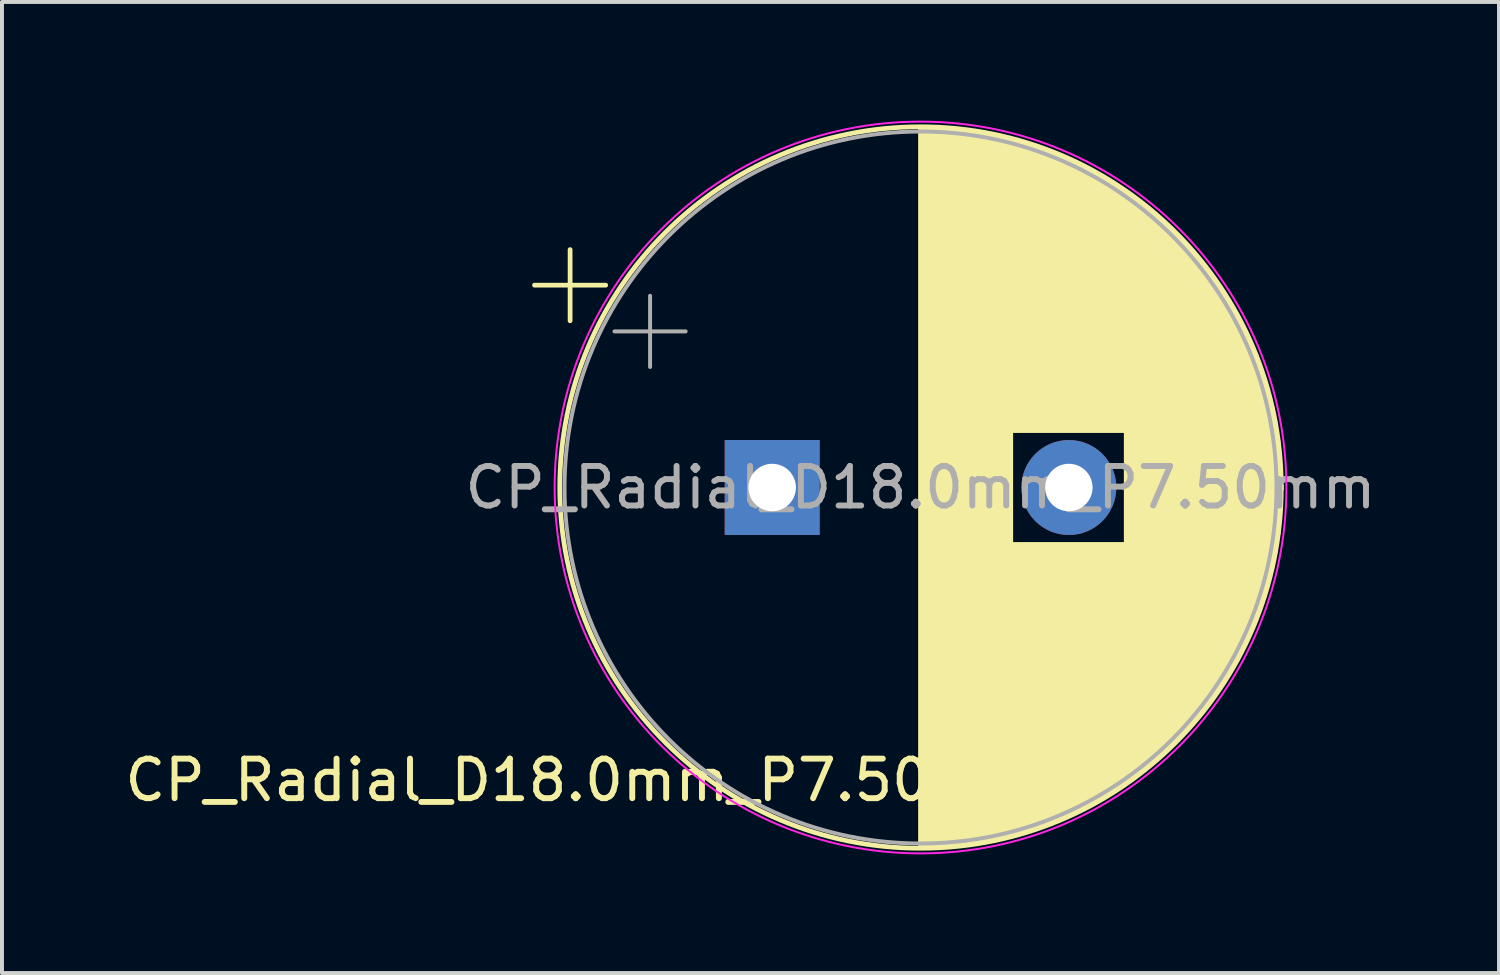
<source format=kicad_pcb>
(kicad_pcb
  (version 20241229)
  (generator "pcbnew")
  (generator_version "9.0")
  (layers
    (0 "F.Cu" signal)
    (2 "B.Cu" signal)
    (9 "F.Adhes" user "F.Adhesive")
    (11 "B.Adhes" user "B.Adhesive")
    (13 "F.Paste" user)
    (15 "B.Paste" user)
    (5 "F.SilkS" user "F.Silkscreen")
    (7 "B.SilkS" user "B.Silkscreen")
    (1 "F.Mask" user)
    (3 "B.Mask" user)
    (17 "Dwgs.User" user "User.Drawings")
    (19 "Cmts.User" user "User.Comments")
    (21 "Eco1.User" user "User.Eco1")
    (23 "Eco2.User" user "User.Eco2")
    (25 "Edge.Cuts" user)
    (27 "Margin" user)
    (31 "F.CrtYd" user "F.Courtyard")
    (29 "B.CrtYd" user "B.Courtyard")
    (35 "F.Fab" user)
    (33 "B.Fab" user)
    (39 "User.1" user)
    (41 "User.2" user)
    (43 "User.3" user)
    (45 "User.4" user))
  (footprint "CP_Radial_D18.0mm_P7.50mm"
    (layer "F.Cu")
    (at 16.472 9.275)
    (property "Reference" "CP_Radial_D18.0mm_P7.50mm" (at -4.847 7.399 180) (layer "F.SilkS") (effects (font (size 1 1) (thickness 0.15))))
    (attr through_hole)
    (fp_line (start -6.009 -5.115) (end -4.209 -5.115) (stroke (width 0.12) (type solid)) (layer "F.SilkS"))
    (fp_line (start -5.109 -6.015) (end -5.109 -4.215) (stroke (width 0.12) (type solid)) (layer "F.SilkS"))
    (fp_line (start 3.75 -9.081) (end 3.75 9.081) (stroke (width 0.12) (type solid)) (layer "F.SilkS"))
    (fp_line (start 3.79 -9.08) (end 3.79 9.08) (stroke (width 0.12) (type solid)) (layer "F.SilkS"))
    (fp_line (start 3.83 -9.08) (end 3.83 9.08) (stroke (width 0.12) (type solid)) (layer "F.SilkS"))
    (fp_line (start 3.87 -9.08) (end 3.87 9.08) (stroke (width 0.12) (type solid)) (layer "F.SilkS"))
    (fp_line (start 3.91 -9.079) (end 3.91 9.079) (stroke (width 0.12) (type solid)) (layer "F.SilkS"))
    (fp_line (start 3.95 -9.078) (end 3.95 9.078) (stroke (width 0.12) (type solid)) (layer "F.SilkS"))
    (fp_line (start 3.99 -9.077) (end 3.99 9.077) (stroke (width 0.12) (type solid)) (layer "F.SilkS"))
    (fp_line (start 4.03 -9.076) (end 4.03 9.076) (stroke (width 0.12) (type solid)) (layer "F.SilkS"))
    (fp_line (start 4.07 -9.075) (end 4.07 9.075) (stroke (width 0.12) (type solid)) (layer "F.SilkS"))
    (fp_line (start 4.11 -9.073) (end 4.11 9.073) (stroke (width 0.12) (type solid)) (layer "F.SilkS"))
    (fp_line (start 4.15 -9.072) (end 4.15 9.072) (stroke (width 0.12) (type solid)) (layer "F.SilkS"))
    (fp_line (start 4.19 -9.07) (end 4.19 9.07) (stroke (width 0.12) (type solid)) (layer "F.SilkS"))
    (fp_line (start 4.23 -9.068) (end 4.23 9.068) (stroke (width 0.12) (type solid)) (layer "F.SilkS"))
    (fp_line (start 4.27 -9.066) (end 4.27 9.066) (stroke (width 0.12) (type solid)) (layer "F.SilkS"))
    (fp_line (start 4.31 -9.063) (end 4.31 9.063) (stroke (width 0.12) (type solid)) (layer "F.SilkS"))
    (fp_line (start 4.35 -9.061) (end 4.35 9.061) (stroke (width 0.12) (type solid)) (layer "F.SilkS"))
    (fp_line (start 4.39 -9.058) (end 4.39 9.058) (stroke (width 0.12) (type solid)) (layer "F.SilkS"))
    (fp_line (start 4.43 -9.055) (end 4.43 9.055) (stroke (width 0.12) (type solid)) (layer "F.SilkS"))
    (fp_line (start 4.471 -9.052) (end 4.471 9.052) (stroke (width 0.12) (type solid)) (layer "F.SilkS"))
    (fp_line (start 4.511 -9.049) (end 4.511 9.049) (stroke (width 0.12) (type solid)) (layer "F.SilkS"))
    (fp_line (start 4.551 -9.045) (end 4.551 9.045) (stroke (width 0.12) (type solid)) (layer "F.SilkS"))
    (fp_line (start 4.591 -9.042) (end 4.591 9.042) (stroke (width 0.12) (type solid)) (layer "F.SilkS"))
    (fp_line (start 4.631 -9.038) (end 4.631 9.038) (stroke (width 0.12) (type solid)) (layer "F.SilkS"))
    (fp_line (start 4.671 -9.034) (end 4.671 9.034) (stroke (width 0.12) (type solid)) (layer "F.SilkS"))
    (fp_line (start 4.711 -9.03) (end 4.711 9.03) (stroke (width 0.12) (type solid)) (layer "F.SilkS"))
    (fp_line (start 4.751 -9.026) (end 4.751 9.026) (stroke (width 0.12) (type solid)) (layer "F.SilkS"))
    (fp_line (start 4.791 -9.021) (end 4.791 9.021) (stroke (width 0.12) (type solid)) (layer "F.SilkS"))
    (fp_line (start 4.831 -9.016) (end 4.831 9.016) (stroke (width 0.12) (type solid)) (layer "F.SilkS"))
    (fp_line (start 4.871 -9.011) (end 4.871 9.011) (stroke (width 0.12) (type solid)) (layer "F.SilkS"))
    (fp_line (start 4.911 -9.006) (end 4.911 9.006) (stroke (width 0.12) (type solid)) (layer "F.SilkS"))
    (fp_line (start 4.951 -9.001) (end 4.951 9.001) (stroke (width 0.12) (type solid)) (layer "F.SilkS"))
    (fp_line (start 4.991 -8.996) (end 4.991 8.996) (stroke (width 0.12) (type solid)) (layer "F.SilkS"))
    (fp_line (start 5.031 -8.99) (end 5.031 8.99) (stroke (width 0.12) (type solid)) (layer "F.SilkS"))
    (fp_line (start 5.071 -8.984) (end 5.071 8.984) (stroke (width 0.12) (type solid)) (layer "F.SilkS"))
    (fp_line (start 5.111 -8.979) (end 5.111 8.979) (stroke (width 0.12) (type solid)) (layer "F.SilkS"))
    (fp_line (start 5.151 -8.972) (end 5.151 8.972) (stroke (width 0.12) (type solid)) (layer "F.SilkS"))
    (fp_line (start 5.191 -8.966) (end 5.191 8.966) (stroke (width 0.12) (type solid)) (layer "F.SilkS"))
    (fp_line (start 5.231 -8.96) (end 5.231 8.96) (stroke (width 0.12) (type solid)) (layer "F.SilkS"))
    (fp_line (start 5.271 -8.953) (end 5.271 8.953) (stroke (width 0.12) (type solid)) (layer "F.SilkS"))
    (fp_line (start 5.311 -8.946) (end 5.311 8.946) (stroke (width 0.12) (type solid)) (layer "F.SilkS"))
    (fp_line (start 5.351 -8.939) (end 5.351 8.939) (stroke (width 0.12) (type solid)) (layer "F.SilkS"))
    (fp_line (start 5.391 -8.932) (end 5.391 8.932) (stroke (width 0.12) (type solid)) (layer "F.SilkS"))
    (fp_line (start 5.431 -8.924) (end 5.431 8.924) (stroke (width 0.12) (type solid)) (layer "F.SilkS"))
    (fp_line (start 5.471 -8.917) (end 5.471 8.917) (stroke (width 0.12) (type solid)) (layer "F.SilkS"))
    (fp_line (start 5.511 -8.909) (end 5.511 8.909) (stroke (width 0.12) (type solid)) (layer "F.SilkS"))
    (fp_line (start 5.551 -8.901) (end 5.551 8.901) (stroke (width 0.12) (type solid)) (layer "F.SilkS"))
    (fp_line (start 5.591 -8.893) (end 5.591 8.893) (stroke (width 0.12) (type solid)) (layer "F.SilkS"))
    (fp_line (start 5.631 -8.885) (end 5.631 8.885) (stroke (width 0.12) (type solid)) (layer "F.SilkS"))
    (fp_line (start 5.671 -8.876) (end 5.671 8.876) (stroke (width 0.12) (type solid)) (layer "F.SilkS"))
    (fp_line (start 5.711 -8.867) (end 5.711 8.867) (stroke (width 0.12) (type solid)) (layer "F.SilkS"))
    (fp_line (start 5.751 -8.858) (end 5.751 8.858) (stroke (width 0.12) (type solid)) (layer "F.SilkS"))
    (fp_line (start 5.791 -8.849) (end 5.791 8.849) (stroke (width 0.12) (type solid)) (layer "F.SilkS"))
    (fp_line (start 5.831 -8.84) (end 5.831 8.84) (stroke (width 0.12) (type solid)) (layer "F.SilkS"))
    (fp_line (start 5.871 -8.831) (end 5.871 8.831) (stroke (width 0.12) (type solid)) (layer "F.SilkS"))
    (fp_line (start 5.911 -8.821) (end 5.911 8.821) (stroke (width 0.12) (type solid)) (layer "F.SilkS"))
    (fp_line (start 5.951 -8.811) (end 5.951 8.811) (stroke (width 0.12) (type solid)) (layer "F.SilkS"))
    (fp_line (start 5.991 -8.801) (end 5.991 8.801) (stroke (width 0.12) (type solid)) (layer "F.SilkS"))
    (fp_line (start 6.031 -8.791) (end 6.031 8.791) (stroke (width 0.12) (type solid)) (layer "F.SilkS"))
    (fp_line (start 6.071 -8.78) (end 6.071 -1.44) (stroke (width 0.12) (type solid)) (layer "F.SilkS"))
    (fp_line (start 6.071 1.44) (end 6.071 8.78) (stroke (width 0.12) (type solid)) (layer "F.SilkS"))
    (fp_line (start 6.111 -8.77) (end 6.111 -1.44) (stroke (width 0.12) (type solid)) (layer "F.SilkS"))
    (fp_line (start 6.111 1.44) (end 6.111 8.77) (stroke (width 0.12) (type solid)) (layer "F.SilkS"))
    (fp_line (start 6.151 -8.759) (end 6.151 -1.44) (stroke (width 0.12) (type solid)) (layer "F.SilkS"))
    (fp_line (start 6.151 1.44) (end 6.151 8.759) (stroke (width 0.12) (type solid)) (layer "F.SilkS"))
    (fp_line (start 6.191 -8.748) (end 6.191 -1.44) (stroke (width 0.12) (type solid)) (layer "F.SilkS"))
    (fp_line (start 6.191 1.44) (end 6.191 8.748) (stroke (width 0.12) (type solid)) (layer "F.SilkS"))
    (fp_line (start 6.231 -8.737) (end 6.231 -1.44) (stroke (width 0.12) (type solid)) (layer "F.SilkS"))
    (fp_line (start 6.231 1.44) (end 6.231 8.737) (stroke (width 0.12) (type solid)) (layer "F.SilkS"))
    (fp_line (start 6.271 -8.725) (end 6.271 -1.44) (stroke (width 0.12) (type solid)) (layer "F.SilkS"))
    (fp_line (start 6.271 1.44) (end 6.271 8.725) (stroke (width 0.12) (type solid)) (layer "F.SilkS"))
    (fp_line (start 6.311 -8.714) (end 6.311 -1.44) (stroke (width 0.12) (type solid)) (layer "F.SilkS"))
    (fp_line (start 6.311 1.44) (end 6.311 8.714) (stroke (width 0.12) (type solid)) (layer "F.SilkS"))
    (fp_line (start 6.351 -8.702) (end 6.351 -1.44) (stroke (width 0.12) (type solid)) (layer "F.SilkS"))
    (fp_line (start 6.351 1.44) (end 6.351 8.702) (stroke (width 0.12) (type solid)) (layer "F.SilkS"))
    (fp_line (start 6.391 -8.69) (end 6.391 -1.44) (stroke (width 0.12) (type solid)) (layer "F.SilkS"))
    (fp_line (start 6.391 1.44) (end 6.391 8.69) (stroke (width 0.12) (type solid)) (layer "F.SilkS"))
    (fp_line (start 6.431 -8.678) (end 6.431 -1.44) (stroke (width 0.12) (type solid)) (layer "F.SilkS"))
    (fp_line (start 6.431 1.44) (end 6.431 8.678) (stroke (width 0.12) (type solid)) (layer "F.SilkS"))
    (fp_line (start 6.471 -8.665) (end 6.471 -1.44) (stroke (width 0.12) (type solid)) (layer "F.SilkS"))
    (fp_line (start 6.471 1.44) (end 6.471 8.665) (stroke (width 0.12) (type solid)) (layer "F.SilkS"))
    (fp_line (start 6.511 -8.653) (end 6.511 -1.44) (stroke (width 0.12) (type solid)) (layer "F.SilkS"))
    (fp_line (start 6.511 1.44) (end 6.511 8.653) (stroke (width 0.12) (type solid)) (layer "F.SilkS"))
    (fp_line (start 6.551 -8.64) (end 6.551 -1.44) (stroke (width 0.12) (type solid)) (layer "F.SilkS"))
    (fp_line (start 6.551 1.44) (end 6.551 8.64) (stroke (width 0.12) (type solid)) (layer "F.SilkS"))
    (fp_line (start 6.591 -8.627) (end 6.591 -1.44) (stroke (width 0.12) (type solid)) (layer "F.SilkS"))
    (fp_line (start 6.591 1.44) (end 6.591 8.627) (stroke (width 0.12) (type solid)) (layer "F.SilkS"))
    (fp_line (start 6.631 -8.614) (end 6.631 -1.44) (stroke (width 0.12) (type solid)) (layer "F.SilkS"))
    (fp_line (start 6.631 1.44) (end 6.631 8.614) (stroke (width 0.12) (type solid)) (layer "F.SilkS"))
    (fp_line (start 6.671 -8.6) (end 6.671 -1.44) (stroke (width 0.12) (type solid)) (layer "F.SilkS"))
    (fp_line (start 6.671 1.44) (end 6.671 8.6) (stroke (width 0.12) (type solid)) (layer "F.SilkS"))
    (fp_line (start 6.711 -8.587) (end 6.711 -1.44) (stroke (width 0.12) (type solid)) (layer "F.SilkS"))
    (fp_line (start 6.711 1.44) (end 6.711 8.587) (stroke (width 0.12) (type solid)) (layer "F.SilkS"))
    (fp_line (start 6.751 -8.573) (end 6.751 -1.44) (stroke (width 0.12) (type solid)) (layer "F.SilkS"))
    (fp_line (start 6.751 1.44) (end 6.751 8.573) (stroke (width 0.12) (type solid)) (layer "F.SilkS"))
    (fp_line (start 6.791 -8.559) (end 6.791 -1.44) (stroke (width 0.12) (type solid)) (layer "F.SilkS"))
    (fp_line (start 6.791 1.44) (end 6.791 8.559) (stroke (width 0.12) (type solid)) (layer "F.SilkS"))
    (fp_line (start 6.831 -8.545) (end 6.831 -1.44) (stroke (width 0.12) (type solid)) (layer "F.SilkS"))
    (fp_line (start 6.831 1.44) (end 6.831 8.545) (stroke (width 0.12) (type solid)) (layer "F.SilkS"))
    (fp_line (start 6.871 -8.53) (end 6.871 -1.44) (stroke (width 0.12) (type solid)) (layer "F.SilkS"))
    (fp_line (start 6.871 1.44) (end 6.871 8.53) (stroke (width 0.12) (type solid)) (layer "F.SilkS"))
    (fp_line (start 6.911 -8.516) (end 6.911 -1.44) (stroke (width 0.12) (type solid)) (layer "F.SilkS"))
    (fp_line (start 6.911 1.44) (end 6.911 8.516) (stroke (width 0.12) (type solid)) (layer "F.SilkS"))
    (fp_line (start 6.951 -8.501) (end 6.951 -1.44) (stroke (width 0.12) (type solid)) (layer "F.SilkS"))
    (fp_line (start 6.951 1.44) (end 6.951 8.501) (stroke (width 0.12) (type solid)) (layer "F.SilkS"))
    (fp_line (start 6.991 -8.486) (end 6.991 -1.44) (stroke (width 0.12) (type solid)) (layer "F.SilkS"))
    (fp_line (start 6.991 1.44) (end 6.991 8.486) (stroke (width 0.12) (type solid)) (layer "F.SilkS"))
    (fp_line (start 7.031 -8.47) (end 7.031 -1.44) (stroke (width 0.12) (type solid)) (layer "F.SilkS"))
    (fp_line (start 7.031 1.44) (end 7.031 8.47) (stroke (width 0.12) (type solid)) (layer "F.SilkS"))
    (fp_line (start 7.071 -8.455) (end 7.071 -1.44) (stroke (width 0.12) (type solid)) (layer "F.SilkS"))
    (fp_line (start 7.071 1.44) (end 7.071 8.455) (stroke (width 0.12) (type solid)) (layer "F.SilkS"))
    (fp_line (start 7.111 -8.439) (end 7.111 -1.44) (stroke (width 0.12) (type solid)) (layer "F.SilkS"))
    (fp_line (start 7.111 1.44) (end 7.111 8.439) (stroke (width 0.12) (type solid)) (layer "F.SilkS"))
    (fp_line (start 7.151 -8.423) (end 7.151 -1.44) (stroke (width 0.12) (type solid)) (layer "F.SilkS"))
    (fp_line (start 7.151 1.44) (end 7.151 8.423) (stroke (width 0.12) (type solid)) (layer "F.SilkS"))
    (fp_line (start 7.191 -8.407) (end 7.191 -1.44) (stroke (width 0.12) (type solid)) (layer "F.SilkS"))
    (fp_line (start 7.191 1.44) (end 7.191 8.407) (stroke (width 0.12) (type solid)) (layer "F.SilkS"))
    (fp_line (start 7.231 -8.39) (end 7.231 -1.44) (stroke (width 0.12) (type solid)) (layer "F.SilkS"))
    (fp_line (start 7.231 1.44) (end 7.231 8.39) (stroke (width 0.12) (type solid)) (layer "F.SilkS"))
    (fp_line (start 7.271 -8.374) (end 7.271 -1.44) (stroke (width 0.12) (type solid)) (layer "F.SilkS"))
    (fp_line (start 7.271 1.44) (end 7.271 8.374) (stroke (width 0.12) (type solid)) (layer "F.SilkS"))
    (fp_line (start 7.311 -8.357) (end 7.311 -1.44) (stroke (width 0.12) (type solid)) (layer "F.SilkS"))
    (fp_line (start 7.311 1.44) (end 7.311 8.357) (stroke (width 0.12) (type solid)) (layer "F.SilkS"))
    (fp_line (start 7.351 -8.34) (end 7.351 -1.44) (stroke (width 0.12) (type solid)) (layer "F.SilkS"))
    (fp_line (start 7.351 1.44) (end 7.351 8.34) (stroke (width 0.12) (type solid)) (layer "F.SilkS"))
    (fp_line (start 7.391 -8.323) (end 7.391 -1.44) (stroke (width 0.12) (type solid)) (layer "F.SilkS"))
    (fp_line (start 7.391 1.44) (end 7.391 8.323) (stroke (width 0.12) (type solid)) (layer "F.SilkS"))
    (fp_line (start 7.431 -8.305) (end 7.431 -1.44) (stroke (width 0.12) (type solid)) (layer "F.SilkS"))
    (fp_line (start 7.431 1.44) (end 7.431 8.305) (stroke (width 0.12) (type solid)) (layer "F.SilkS"))
    (fp_line (start 7.471 -8.287) (end 7.471 -1.44) (stroke (width 0.12) (type solid)) (layer "F.SilkS"))
    (fp_line (start 7.471 1.44) (end 7.471 8.287) (stroke (width 0.12) (type solid)) (layer "F.SilkS"))
    (fp_line (start 7.511 -8.269) (end 7.511 -1.44) (stroke (width 0.12) (type solid)) (layer "F.SilkS"))
    (fp_line (start 7.511 1.44) (end 7.511 8.269) (stroke (width 0.12) (type solid)) (layer "F.SilkS"))
    (fp_line (start 7.551 -8.251) (end 7.551 -1.44) (stroke (width 0.12) (type solid)) (layer "F.SilkS"))
    (fp_line (start 7.551 1.44) (end 7.551 8.251) (stroke (width 0.12) (type solid)) (layer "F.SilkS"))
    (fp_line (start 7.591 -8.233) (end 7.591 -1.44) (stroke (width 0.12) (type solid)) (layer "F.SilkS"))
    (fp_line (start 7.591 1.44) (end 7.591 8.233) (stroke (width 0.12) (type solid)) (layer "F.SilkS"))
    (fp_line (start 7.631 -8.214) (end 7.631 -1.44) (stroke (width 0.12) (type solid)) (layer "F.SilkS"))
    (fp_line (start 7.631 1.44) (end 7.631 8.214) (stroke (width 0.12) (type solid)) (layer "F.SilkS"))
    (fp_line (start 7.671 -8.195) (end 7.671 -1.44) (stroke (width 0.12) (type solid)) (layer "F.SilkS"))
    (fp_line (start 7.671 1.44) (end 7.671 8.195) (stroke (width 0.12) (type solid)) (layer "F.SilkS"))
    (fp_line (start 7.711 -8.176) (end 7.711 -1.44) (stroke (width 0.12) (type solid)) (layer "F.SilkS"))
    (fp_line (start 7.711 1.44) (end 7.711 8.176) (stroke (width 0.12) (type solid)) (layer "F.SilkS"))
    (fp_line (start 7.751 -8.156) (end 7.751 -1.44) (stroke (width 0.12) (type solid)) (layer "F.SilkS"))
    (fp_line (start 7.751 1.44) (end 7.751 8.156) (stroke (width 0.12) (type solid)) (layer "F.SilkS"))
    (fp_line (start 7.791 -8.137) (end 7.791 -1.44) (stroke (width 0.12) (type solid)) (layer "F.SilkS"))
    (fp_line (start 7.791 1.44) (end 7.791 8.137) (stroke (width 0.12) (type solid)) (layer "F.SilkS"))
    (fp_line (start 7.831 -8.117) (end 7.831 -1.44) (stroke (width 0.12) (type solid)) (layer "F.SilkS"))
    (fp_line (start 7.831 1.44) (end 7.831 8.117) (stroke (width 0.12) (type solid)) (layer "F.SilkS"))
    (fp_line (start 7.871 -8.097) (end 7.871 -1.44) (stroke (width 0.12) (type solid)) (layer "F.SilkS"))
    (fp_line (start 7.871 1.44) (end 7.871 8.097) (stroke (width 0.12) (type solid)) (layer "F.SilkS"))
    (fp_line (start 7.911 -8.076) (end 7.911 -1.44) (stroke (width 0.12) (type solid)) (layer "F.SilkS"))
    (fp_line (start 7.911 1.44) (end 7.911 8.076) (stroke (width 0.12) (type solid)) (layer "F.SilkS"))
    (fp_line (start 7.951 -8.056) (end 7.951 -1.44) (stroke (width 0.12) (type solid)) (layer "F.SilkS"))
    (fp_line (start 7.951 1.44) (end 7.951 8.056) (stroke (width 0.12) (type solid)) (layer "F.SilkS"))
    (fp_line (start 7.991 -8.035) (end 7.991 -1.44) (stroke (width 0.12) (type solid)) (layer "F.SilkS"))
    (fp_line (start 7.991 1.44) (end 7.991 8.035) (stroke (width 0.12) (type solid)) (layer "F.SilkS"))
    (fp_line (start 8.031 -8.014) (end 8.031 -1.44) (stroke (width 0.12) (type solid)) (layer "F.SilkS"))
    (fp_line (start 8.031 1.44) (end 8.031 8.014) (stroke (width 0.12) (type solid)) (layer "F.SilkS"))
    (fp_line (start 8.071 -7.992) (end 8.071 -1.44) (stroke (width 0.12) (type solid)) (layer "F.SilkS"))
    (fp_line (start 8.071 1.44) (end 8.071 7.992) (stroke (width 0.12) (type solid)) (layer "F.SilkS"))
    (fp_line (start 8.111 -7.971) (end 8.111 -1.44) (stroke (width 0.12) (type solid)) (layer "F.SilkS"))
    (fp_line (start 8.111 1.44) (end 8.111 7.971) (stroke (width 0.12) (type solid)) (layer "F.SilkS"))
    (fp_line (start 8.151 -7.949) (end 8.151 -1.44) (stroke (width 0.12) (type solid)) (layer "F.SilkS"))
    (fp_line (start 8.151 1.44) (end 8.151 7.949) (stroke (width 0.12) (type solid)) (layer "F.SilkS"))
    (fp_line (start 8.191 -7.927) (end 8.191 -1.44) (stroke (width 0.12) (type solid)) (layer "F.SilkS"))
    (fp_line (start 8.191 1.44) (end 8.191 7.927) (stroke (width 0.12) (type solid)) (layer "F.SilkS"))
    (fp_line (start 8.231 -7.904) (end 8.231 -1.44) (stroke (width 0.12) (type solid)) (layer "F.SilkS"))
    (fp_line (start 8.231 1.44) (end 8.231 7.904) (stroke (width 0.12) (type solid)) (layer "F.SilkS"))
    (fp_line (start 8.271 -7.882) (end 8.271 -1.44) (stroke (width 0.12) (type solid)) (layer "F.SilkS"))
    (fp_line (start 8.271 1.44) (end 8.271 7.882) (stroke (width 0.12) (type solid)) (layer "F.SilkS"))
    (fp_line (start 8.311 -7.859) (end 8.311 -1.44) (stroke (width 0.12) (type solid)) (layer "F.SilkS"))
    (fp_line (start 8.311 1.44) (end 8.311 7.859) (stroke (width 0.12) (type solid)) (layer "F.SilkS"))
    (fp_line (start 8.351 -7.835) (end 8.351 -1.44) (stroke (width 0.12) (type solid)) (layer "F.SilkS"))
    (fp_line (start 8.351 1.44) (end 8.351 7.835) (stroke (width 0.12) (type solid)) (layer "F.SilkS"))
    (fp_line (start 8.391 -7.812) (end 8.391 -1.44) (stroke (width 0.12) (type solid)) (layer "F.SilkS"))
    (fp_line (start 8.391 1.44) (end 8.391 7.812) (stroke (width 0.12) (type solid)) (layer "F.SilkS"))
    (fp_line (start 8.431 -7.788) (end 8.431 -1.44) (stroke (width 0.12) (type solid)) (layer "F.SilkS"))
    (fp_line (start 8.431 1.44) (end 8.431 7.788) (stroke (width 0.12) (type solid)) (layer "F.SilkS"))
    (fp_line (start 8.471 -7.764) (end 8.471 -1.44) (stroke (width 0.12) (type solid)) (layer "F.SilkS"))
    (fp_line (start 8.471 1.44) (end 8.471 7.764) (stroke (width 0.12) (type solid)) (layer "F.SilkS"))
    (fp_line (start 8.511 -7.74) (end 8.511 -1.44) (stroke (width 0.12) (type solid)) (layer "F.SilkS"))
    (fp_line (start 8.511 1.44) (end 8.511 7.74) (stroke (width 0.12) (type solid)) (layer "F.SilkS"))
    (fp_line (start 8.551 -7.715) (end 8.551 -1.44) (stroke (width 0.12) (type solid)) (layer "F.SilkS"))
    (fp_line (start 8.551 1.44) (end 8.551 7.715) (stroke (width 0.12) (type solid)) (layer "F.SilkS"))
    (fp_line (start 8.591 -7.69) (end 8.591 -1.44) (stroke (width 0.12) (type solid)) (layer "F.SilkS"))
    (fp_line (start 8.591 1.44) (end 8.591 7.69) (stroke (width 0.12) (type solid)) (layer "F.SilkS"))
    (fp_line (start 8.631 -7.665) (end 8.631 -1.44) (stroke (width 0.12) (type solid)) (layer "F.SilkS"))
    (fp_line (start 8.631 1.44) (end 8.631 7.665) (stroke (width 0.12) (type solid)) (layer "F.SilkS"))
    (fp_line (start 8.671 -7.64) (end 8.671 -1.44) (stroke (width 0.12) (type solid)) (layer "F.SilkS"))
    (fp_line (start 8.671 1.44) (end 8.671 7.64) (stroke (width 0.12) (type solid)) (layer "F.SilkS"))
    (fp_line (start 8.711 -7.614) (end 8.711 -1.44) (stroke (width 0.12) (type solid)) (layer "F.SilkS"))
    (fp_line (start 8.711 1.44) (end 8.711 7.614) (stroke (width 0.12) (type solid)) (layer "F.SilkS"))
    (fp_line (start 8.751 -7.588) (end 8.751 -1.44) (stroke (width 0.12) (type solid)) (layer "F.SilkS"))
    (fp_line (start 8.751 1.44) (end 8.751 7.588) (stroke (width 0.12) (type solid)) (layer "F.SilkS"))
    (fp_line (start 8.791 -7.561) (end 8.791 -1.44) (stroke (width 0.12) (type solid)) (layer "F.SilkS"))
    (fp_line (start 8.791 1.44) (end 8.791 7.561) (stroke (width 0.12) (type solid)) (layer "F.SilkS"))
    (fp_line (start 8.831 -7.535) (end 8.831 -1.44) (stroke (width 0.12) (type solid)) (layer "F.SilkS"))
    (fp_line (start 8.831 1.44) (end 8.831 7.535) (stroke (width 0.12) (type solid)) (layer "F.SilkS"))
    (fp_line (start 8.871 -7.508) (end 8.871 -1.44) (stroke (width 0.12) (type solid)) (layer "F.SilkS"))
    (fp_line (start 8.871 1.44) (end 8.871 7.508) (stroke (width 0.12) (type solid)) (layer "F.SilkS"))
    (fp_line (start 8.911 -7.48) (end 8.911 -1.44) (stroke (width 0.12) (type solid)) (layer "F.SilkS"))
    (fp_line (start 8.911 1.44) (end 8.911 7.48) (stroke (width 0.12) (type solid)) (layer "F.SilkS"))
    (fp_line (start 8.951 -7.453) (end 8.951 7.453) (stroke (width 0.12) (type solid)) (layer "F.SilkS"))
    (fp_line (start 8.991 -7.425) (end 8.991 7.425) (stroke (width 0.12) (type solid)) (layer "F.SilkS"))
    (fp_line (start 9.031 -7.397) (end 9.031 7.397) (stroke (width 0.12) (type solid)) (layer "F.SilkS"))
    (fp_line (start 9.071 -7.368) (end 9.071 7.368) (stroke (width 0.12) (type solid)) (layer "F.SilkS"))
    (fp_line (start 9.111 -7.339) (end 9.111 7.339) (stroke (width 0.12) (type solid)) (layer "F.SilkS"))
    (fp_line (start 9.151 -7.31) (end 9.151 7.31) (stroke (width 0.12) (type solid)) (layer "F.SilkS"))
    (fp_line (start 9.191 -7.28) (end 9.191 7.28) (stroke (width 0.12) (type solid)) (layer "F.SilkS"))
    (fp_line (start 9.231 -7.25) (end 9.231 7.25) (stroke (width 0.12) (type solid)) (layer "F.SilkS"))
    (fp_line (start 9.271 -7.22) (end 9.271 7.22) (stroke (width 0.12) (type solid)) (layer "F.SilkS"))
    (fp_line (start 9.311 -7.19) (end 9.311 7.19) (stroke (width 0.12) (type solid)) (layer "F.SilkS"))
    (fp_line (start 9.351 -7.159) (end 9.351 7.159) (stroke (width 0.12) (type solid)) (layer "F.SilkS"))
    (fp_line (start 9.391 -7.127) (end 9.391 7.127) (stroke (width 0.12) (type solid)) (layer "F.SilkS"))
    (fp_line (start 9.431 -7.096) (end 9.431 7.096) (stroke (width 0.12) (type solid)) (layer "F.SilkS"))
    (fp_line (start 9.471 -7.064) (end 9.471 7.064) (stroke (width 0.12) (type solid)) (layer "F.SilkS"))
    (fp_line (start 9.511 -7.031) (end 9.511 7.031) (stroke (width 0.12) (type solid)) (layer "F.SilkS"))
    (fp_line (start 9.551 -6.999) (end 9.551 6.999) (stroke (width 0.12) (type solid)) (layer "F.SilkS"))
    (fp_line (start 9.591 -6.965) (end 9.591 6.965) (stroke (width 0.12) (type solid)) (layer "F.SilkS"))
    (fp_line (start 9.631 -6.932) (end 9.631 6.932) (stroke (width 0.12) (type solid)) (layer "F.SilkS"))
    (fp_line (start 9.671 -6.898) (end 9.671 6.898) (stroke (width 0.12) (type solid)) (layer "F.SilkS"))
    (fp_line (start 9.711 -6.864) (end 9.711 6.864) (stroke (width 0.12) (type solid)) (layer "F.SilkS"))
    (fp_line (start 9.751 -6.829) (end 9.751 6.829) (stroke (width 0.12) (type solid)) (layer "F.SilkS"))
    (fp_line (start 9.791 -6.794) (end 9.791 6.794) (stroke (width 0.12) (type solid)) (layer "F.SilkS"))
    (fp_line (start 9.831 -6.758) (end 9.831 6.758) (stroke (width 0.12) (type solid)) (layer "F.SilkS"))
    (fp_line (start 9.871 -6.722) (end 9.871 6.722) (stroke (width 0.12) (type solid)) (layer "F.SilkS"))
    (fp_line (start 9.911 -6.686) (end 9.911 6.686) (stroke (width 0.12) (type solid)) (layer "F.SilkS"))
    (fp_line (start 9.951 -6.649) (end 9.951 6.649) (stroke (width 0.12) (type solid)) (layer "F.SilkS"))
    (fp_line (start 9.991 -6.612) (end 9.991 6.612) (stroke (width 0.12) (type solid)) (layer "F.SilkS"))
    (fp_line (start 10.031 -6.574) (end 10.031 6.574) (stroke (width 0.12) (type solid)) (layer "F.SilkS"))
    (fp_line (start 10.071 -6.536) (end 10.071 6.536) (stroke (width 0.12) (type solid)) (layer "F.SilkS"))
    (fp_line (start 10.111 -6.497) (end 10.111 6.497) (stroke (width 0.12) (type solid)) (layer "F.SilkS"))
    (fp_line (start 10.151 -6.458) (end 10.151 6.458) (stroke (width 0.12) (type solid)) (layer "F.SilkS"))
    (fp_line (start 10.191 -6.418) (end 10.191 6.418) (stroke (width 0.12) (type solid)) (layer "F.SilkS"))
    (fp_line (start 10.231 -6.378) (end 10.231 6.378) (stroke (width 0.12) (type solid)) (layer "F.SilkS"))
    (fp_line (start 10.271 -6.337) (end 10.271 6.337) (stroke (width 0.12) (type solid)) (layer "F.SilkS"))
    (fp_line (start 10.311 -6.296) (end 10.311 6.296) (stroke (width 0.12) (type solid)) (layer "F.SilkS"))
    (fp_line (start 10.351 -6.254) (end 10.351 6.254) (stroke (width 0.12) (type solid)) (layer "F.SilkS"))
    (fp_line (start 10.391 -6.212) (end 10.391 6.212) (stroke (width 0.12) (type solid)) (layer "F.SilkS"))
    (fp_line (start 10.431 -6.17) (end 10.431 6.17) (stroke (width 0.12) (type solid)) (layer "F.SilkS"))
    (fp_line (start 10.471 -6.126) (end 10.471 6.126) (stroke (width 0.12) (type solid)) (layer "F.SilkS"))
    (fp_line (start 10.511 -6.082) (end 10.511 6.082) (stroke (width 0.12) (type solid)) (layer "F.SilkS"))
    (fp_line (start 10.551 -6.038) (end 10.551 6.038) (stroke (width 0.12) (type solid)) (layer "F.SilkS"))
    (fp_line (start 10.591 -5.993) (end 10.591 5.993) (stroke (width 0.12) (type solid)) (layer "F.SilkS"))
    (fp_line (start 10.631 -5.947) (end 10.631 5.947) (stroke (width 0.12) (type solid)) (layer "F.SilkS"))
    (fp_line (start 10.671 -5.901) (end 10.671 5.901) (stroke (width 0.12) (type solid)) (layer "F.SilkS"))
    (fp_line (start 10.711 -5.854) (end 10.711 5.854) (stroke (width 0.12) (type solid)) (layer "F.SilkS"))
    (fp_line (start 10.751 -5.806) (end 10.751 5.806) (stroke (width 0.12) (type solid)) (layer "F.SilkS"))
    (fp_line (start 10.791 -5.758) (end 10.791 5.758) (stroke (width 0.12) (type solid)) (layer "F.SilkS"))
    (fp_line (start 10.831 -5.709) (end 10.831 5.709) (stroke (width 0.12) (type solid)) (layer "F.SilkS"))
    (fp_line (start 10.871 -5.66) (end 10.871 5.66) (stroke (width 0.12) (type solid)) (layer "F.SilkS"))
    (fp_line (start 10.911 -5.609) (end 10.911 5.609) (stroke (width 0.12) (type solid)) (layer "F.SilkS"))
    (fp_line (start 10.951 -5.558) (end 10.951 5.558) (stroke (width 0.12) (type solid)) (layer "F.SilkS"))
    (fp_line (start 10.991 -5.506) (end 10.991 5.506) (stroke (width 0.12) (type solid)) (layer "F.SilkS"))
    (fp_line (start 11.031 -5.454) (end 11.031 5.454) (stroke (width 0.12) (type solid)) (layer "F.SilkS"))
    (fp_line (start 11.071 -5.4) (end 11.071 5.4) (stroke (width 0.12) (type solid)) (layer "F.SilkS"))
    (fp_line (start 11.111 -5.346) (end 11.111 5.346) (stroke (width 0.12) (type solid)) (layer "F.SilkS"))
    (fp_line (start 11.151 -5.291) (end 11.151 5.291) (stroke (width 0.12) (type solid)) (layer "F.SilkS"))
    (fp_line (start 11.191 -5.235) (end 11.191 5.235) (stroke (width 0.12) (type solid)) (layer "F.SilkS"))
    (fp_line (start 11.231 -5.178) (end 11.231 5.178) (stroke (width 0.12) (type solid)) (layer "F.SilkS"))
    (fp_line (start 11.271 -5.12) (end 11.271 5.12) (stroke (width 0.12) (type solid)) (layer "F.SilkS"))
    (fp_line (start 11.311 -5.062) (end 11.311 5.062) (stroke (width 0.12) (type solid)) (layer "F.SilkS"))
    (fp_line (start 11.351 -5.002) (end 11.351 5.002) (stroke (width 0.12) (type solid)) (layer "F.SilkS"))
    (fp_line (start 11.391 -4.941) (end 11.391 4.941) (stroke (width 0.12) (type solid)) (layer "F.SilkS"))
    (fp_line (start 11.431 -4.879) (end 11.431 4.879) (stroke (width 0.12) (type solid)) (layer "F.SilkS"))
    (fp_line (start 11.471 -4.816) (end 11.471 4.816) (stroke (width 0.12) (type solid)) (layer "F.SilkS"))
    (fp_line (start 11.511 -4.752) (end 11.511 4.752) (stroke (width 0.12) (type solid)) (layer "F.SilkS"))
    (fp_line (start 11.551 -4.686) (end 11.551 4.686) (stroke (width 0.12) (type solid)) (layer "F.SilkS"))
    (fp_line (start 11.591 -4.62) (end 11.591 4.62) (stroke (width 0.12) (type solid)) (layer "F.SilkS"))
    (fp_line (start 11.631 -4.552) (end 11.631 4.552) (stroke (width 0.12) (type solid)) (layer "F.SilkS"))
    (fp_line (start 11.671 -4.482) (end 11.671 4.482) (stroke (width 0.12) (type solid)) (layer "F.SilkS"))
    (fp_line (start 11.711 -4.412) (end 11.711 4.412) (stroke (width 0.12) (type solid)) (layer "F.SilkS"))
    (fp_line (start 11.751 -4.339) (end 11.751 4.339) (stroke (width 0.12) (type solid)) (layer "F.SilkS"))
    (fp_line (start 11.791 -4.265) (end 11.791 4.265) (stroke (width 0.12) (type solid)) (layer "F.SilkS"))
    (fp_line (start 11.831 -4.19) (end 11.831 4.19) (stroke (width 0.12) (type solid)) (layer "F.SilkS"))
    (fp_line (start 11.871 -4.113) (end 11.871 4.113) (stroke (width 0.12) (type solid)) (layer "F.SilkS"))
    (fp_line (start 11.911 -4.033) (end 11.911 4.033) (stroke (width 0.12) (type solid)) (layer "F.SilkS"))
    (fp_line (start 11.95 -3.952) (end 11.95 3.952) (stroke (width 0.12) (type solid)) (layer "F.SilkS"))
    (fp_line (start 11.99 -3.869) (end 11.99 3.869) (stroke (width 0.12) (type solid)) (layer "F.SilkS"))
    (fp_line (start 12.03 -3.784) (end 12.03 3.784) (stroke (width 0.12) (type solid)) (layer "F.SilkS"))
    (fp_line (start 12.07 -3.696) (end 12.07 3.696) (stroke (width 0.12) (type solid)) (layer "F.SilkS"))
    (fp_line (start 12.11 -3.605) (end 12.11 3.605) (stroke (width 0.12) (type solid)) (layer "F.SilkS"))
    (fp_line (start 12.15 -3.512) (end 12.15 3.512) (stroke (width 0.12) (type solid)) (layer "F.SilkS"))
    (fp_line (start 12.19 -3.416) (end 12.19 3.416) (stroke (width 0.12) (type solid)) (layer "F.SilkS"))
    (fp_line (start 12.23 -3.317) (end 12.23 3.317) (stroke (width 0.12) (type solid)) (layer "F.SilkS"))
    (fp_line (start 12.27 -3.214) (end 12.27 3.214) (stroke (width 0.12) (type solid)) (layer "F.SilkS"))
    (fp_line (start 12.31 -3.107) (end 12.31 3.107) (stroke (width 0.12) (type solid)) (layer "F.SilkS"))
    (fp_line (start 12.35 -2.996) (end 12.35 2.996) (stroke (width 0.12) (type solid)) (layer "F.SilkS"))
    (fp_line (start 12.39 -2.88) (end 12.39 2.88) (stroke (width 0.12) (type solid)) (layer "F.SilkS"))
    (fp_line (start 12.43 -2.759) (end 12.43 2.759) (stroke (width 0.12) (type solid)) (layer "F.SilkS"))
    (fp_line (start 12.47 -2.632) (end 12.47 2.632) (stroke (width 0.12) (type solid)) (layer "F.SilkS"))
    (fp_line (start 12.51 -2.498) (end 12.51 2.498) (stroke (width 0.12) (type solid)) (layer "F.SilkS"))
    (fp_line (start 12.55 -2.355) (end 12.55 2.355) (stroke (width 0.12) (type solid)) (layer "F.SilkS"))
    (fp_line (start 12.59 -2.203) (end 12.59 2.203) (stroke (width 0.12) (type solid)) (layer "F.SilkS"))
    (fp_line (start 12.63 -2.039) (end 12.63 2.039) (stroke (width 0.12) (type solid)) (layer "F.SilkS"))
    (fp_line (start 12.67 -1.86) (end 12.67 1.86) (stroke (width 0.12) (type solid)) (layer "F.SilkS"))
    (fp_line (start 12.71 -1.661) (end 12.71 1.661) (stroke (width 0.12) (type solid)) (layer "F.SilkS"))
    (fp_line (start 12.75 -1.435) (end 12.75 1.435) (stroke (width 0.12) (type solid)) (layer "F.SilkS"))
    (fp_line (start 12.79 -1.166) (end 12.79 1.166) (stroke (width 0.12) (type solid)) (layer "F.SilkS"))
    (fp_line (start 12.83 -0.814) (end 12.83 0.814) (stroke (width 0.12) (type solid)) (layer "F.SilkS"))
    (fp_line (start 12.87 -0.04) (end 12.87 0.04) (stroke (width 0.12) (type solid)) (layer "F.SilkS"))
    (fp_circle (center 3.75 0) (end 12.87 0) (stroke (width 0.12) (type solid)) (fill no) (layer "F.SilkS"))
    (fp_circle (center 3.75 0) (end 13 0) (stroke (width 0.05) (type solid)) (fill no) (layer "F.CrtYd"))
    (fp_line (start -3.987 -3.947) (end -2.187 -3.947) (stroke (width 0.1) (type solid)) (layer "F.Fab"))
    (fp_line (start -3.087 -4.848) (end -3.087 -3.047) (stroke (width 0.1) (type solid)) (layer "F.Fab"))
    (fp_circle (center 3.75 0) (end 12.75 0) (stroke (width 0.1) (type solid)) (fill no) (layer "F.Fab"))
    (fp_text user "${REFERENCE}" (at 3.75 0 180) (layer "F.Fab") (effects (font (size 1 1) (thickness 0.15))))
    (pad "1" thru_hole rect (at 0 0) (size 2.4 2.4) (drill 1.2) (layers "*.Cu" "*.Mask"))
    (pad "2" thru_hole circle (at 7.5 0) (size 2.4 2.4) (drill 1.2) (layers "*.Cu" "*.Mask")))
  (gr_rect
    (start -3 -3)
    (end 34.847 21.55)
    (stroke (width 0.1) (type default))
    (fill no)
    (layer "Edge.Cuts")))
</source>
